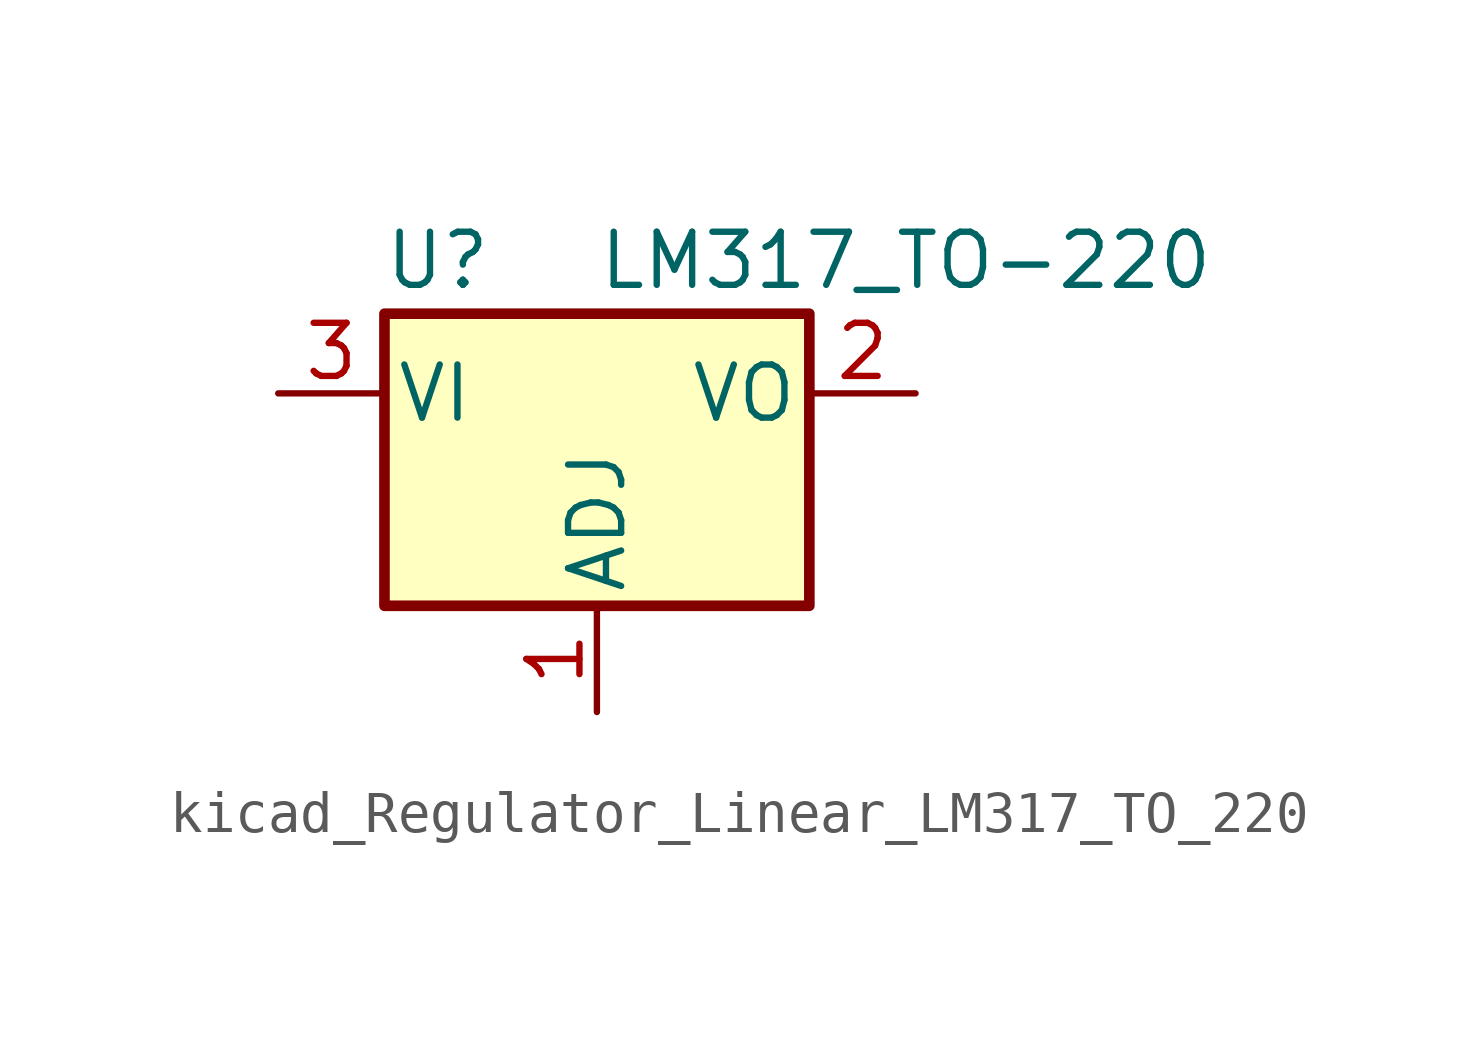
<source format=kicad_sym>
(kicad_symbol_lib
  (version 20220914)
  (generator kicad_symbol_editor)
  (symbol "kicad_Regulator_Linear_LM317_TO_220"
    (pin_names
      (offset 0.254))
    (property "Reference" "U"
      (at -3.81 3.175 0)
      (effects (font (size 1.27 1.27))))
    (property "Value" "LM317_TO-220"
      (at 0 3.175 0)
      (effects (font (size 1.27 1.27)) (justify left)))
    (symbol "kicad_Regulator_Linear_LM317_TO_220_0_1"
      (rectangle (start -5.08 1.905) (end 5.08 -5.08) (stroke (width 0.254) (type default)) (fill (type background))))
    (symbol "kicad_Regulator_Linear_LM317_TO_220_1_1"
      (pin input line (at 0 -7.62 90) (length 2.54) (name "ADJ" (effects (font (size 1.27 1.27)))) (number "1" (effects (font (size 1.27 1.27)))))
      (pin power_out line (at 7.62 0 180) (length 2.54) (name "VO" (effects (font (size 1.27 1.27)))) (number "2" (effects (font (size 1.27 1.27)))))
      (pin power_in line (at -7.62 0 0) (length 2.54) (name "VI" (effects (font (size 1.27 1.27)))) (number "3" (effects (font (size 1.27 1.27))))))))
</source>
